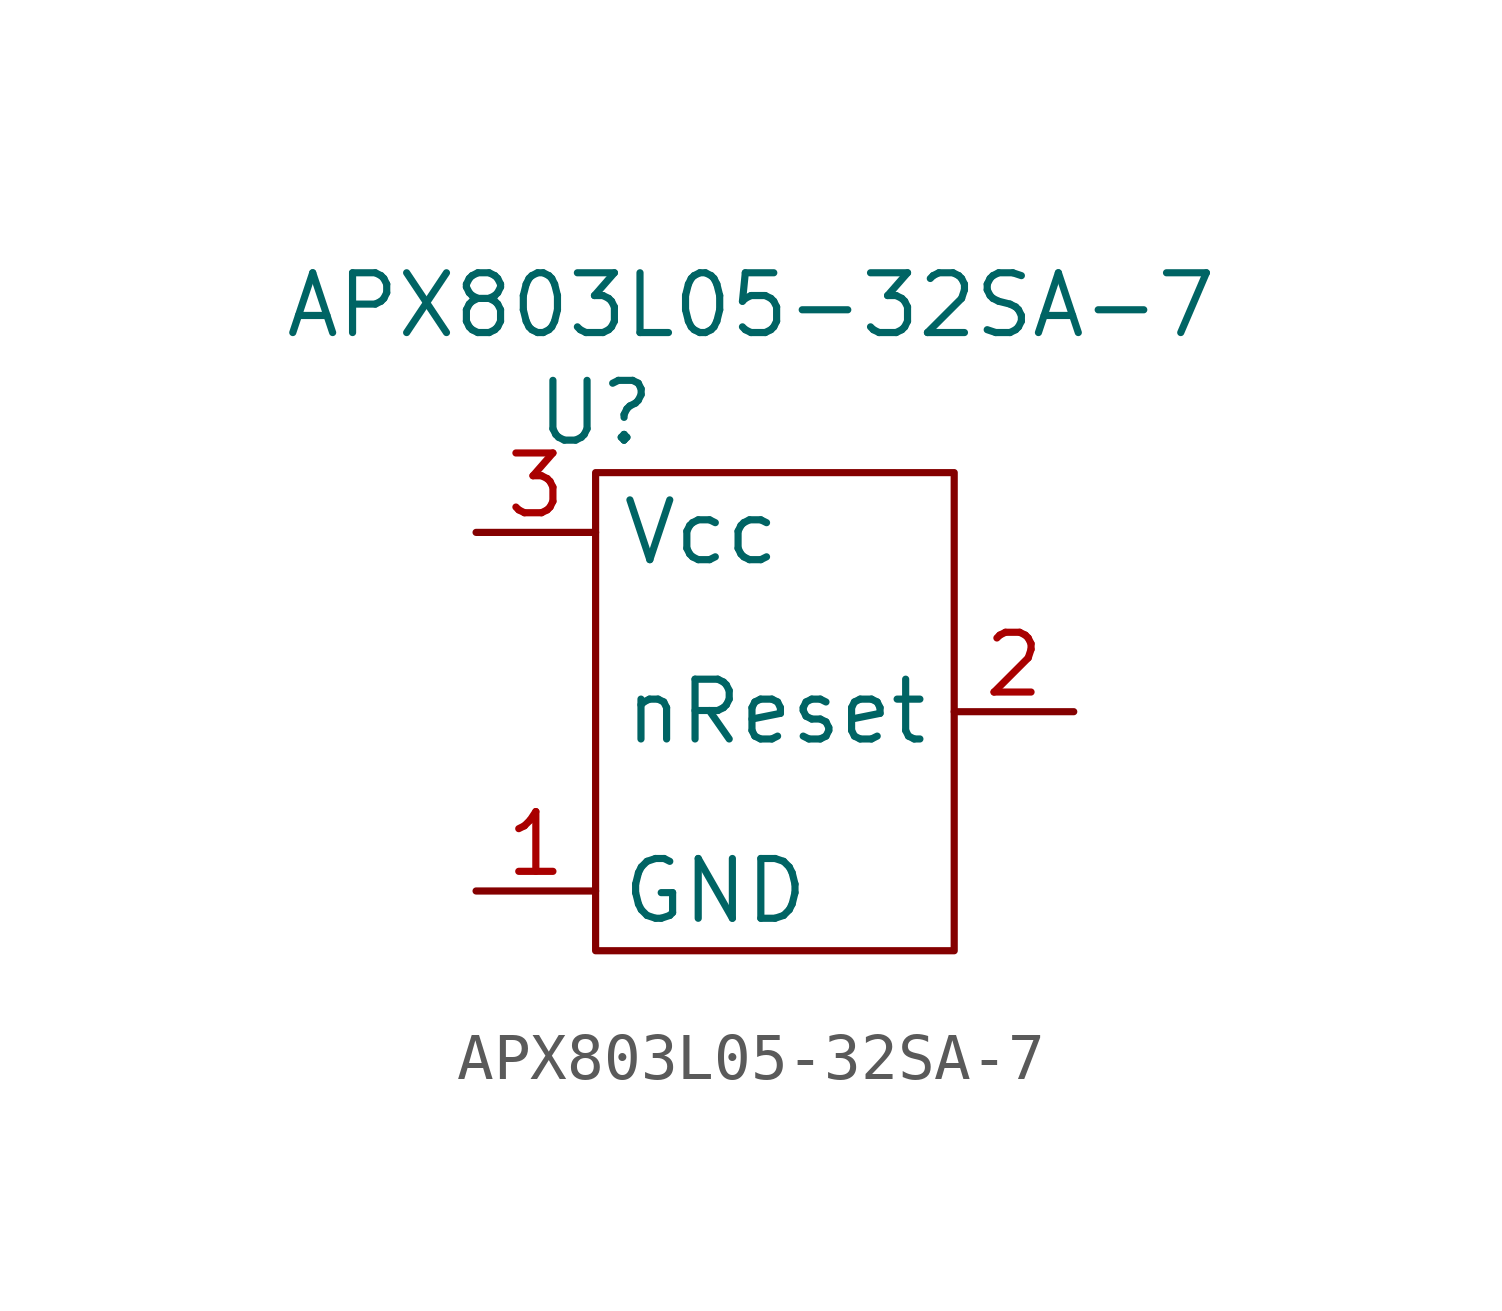
<source format=kicad_sym>
(kicad_symbol_lib
  (version 20231120)
  (generator "kicad_symbol_editor")
  (generator_version "8.0")
  (symbol "APX803L05-32SA-7"
    (property "Reference" "U"
      (at 0 0 0)
      (effects (font (size 1.27 1.27))))
    (property "Value" " APX803L05-32SA-7 "
      (at 3.302 2.286 0)
      (effects (font (size 1.27 1.27))))
    (symbol "APX803L05-32SA-7_0_1"
      (rectangle (start 0 -1.27) (end 7.62 -11.43) (stroke (width 0) (type default)) (fill (type none))))
    (symbol "APX803L05-32SA-7_1_1"
      (pin passive line (at -2.54 -10.16 0) (length 2.54) (name "GND" (effects (font (size 1.27 1.27)))) (number "1" (effects (font (size 1.27 1.27)))))
      (pin passive line (at 10.16 -6.35 180) (length 2.54) (name "nReset" (effects (font (size 1.27 1.27)))) (number "2" (effects (font (size 1.27 1.27)))))
      (pin passive line (at -2.54 -2.54 0) (length 2.54) (name "Vcc" (effects (font (size 1.27 1.27)))) (number "3" (effects (font (size 1.27 1.27))))))))
</source>
